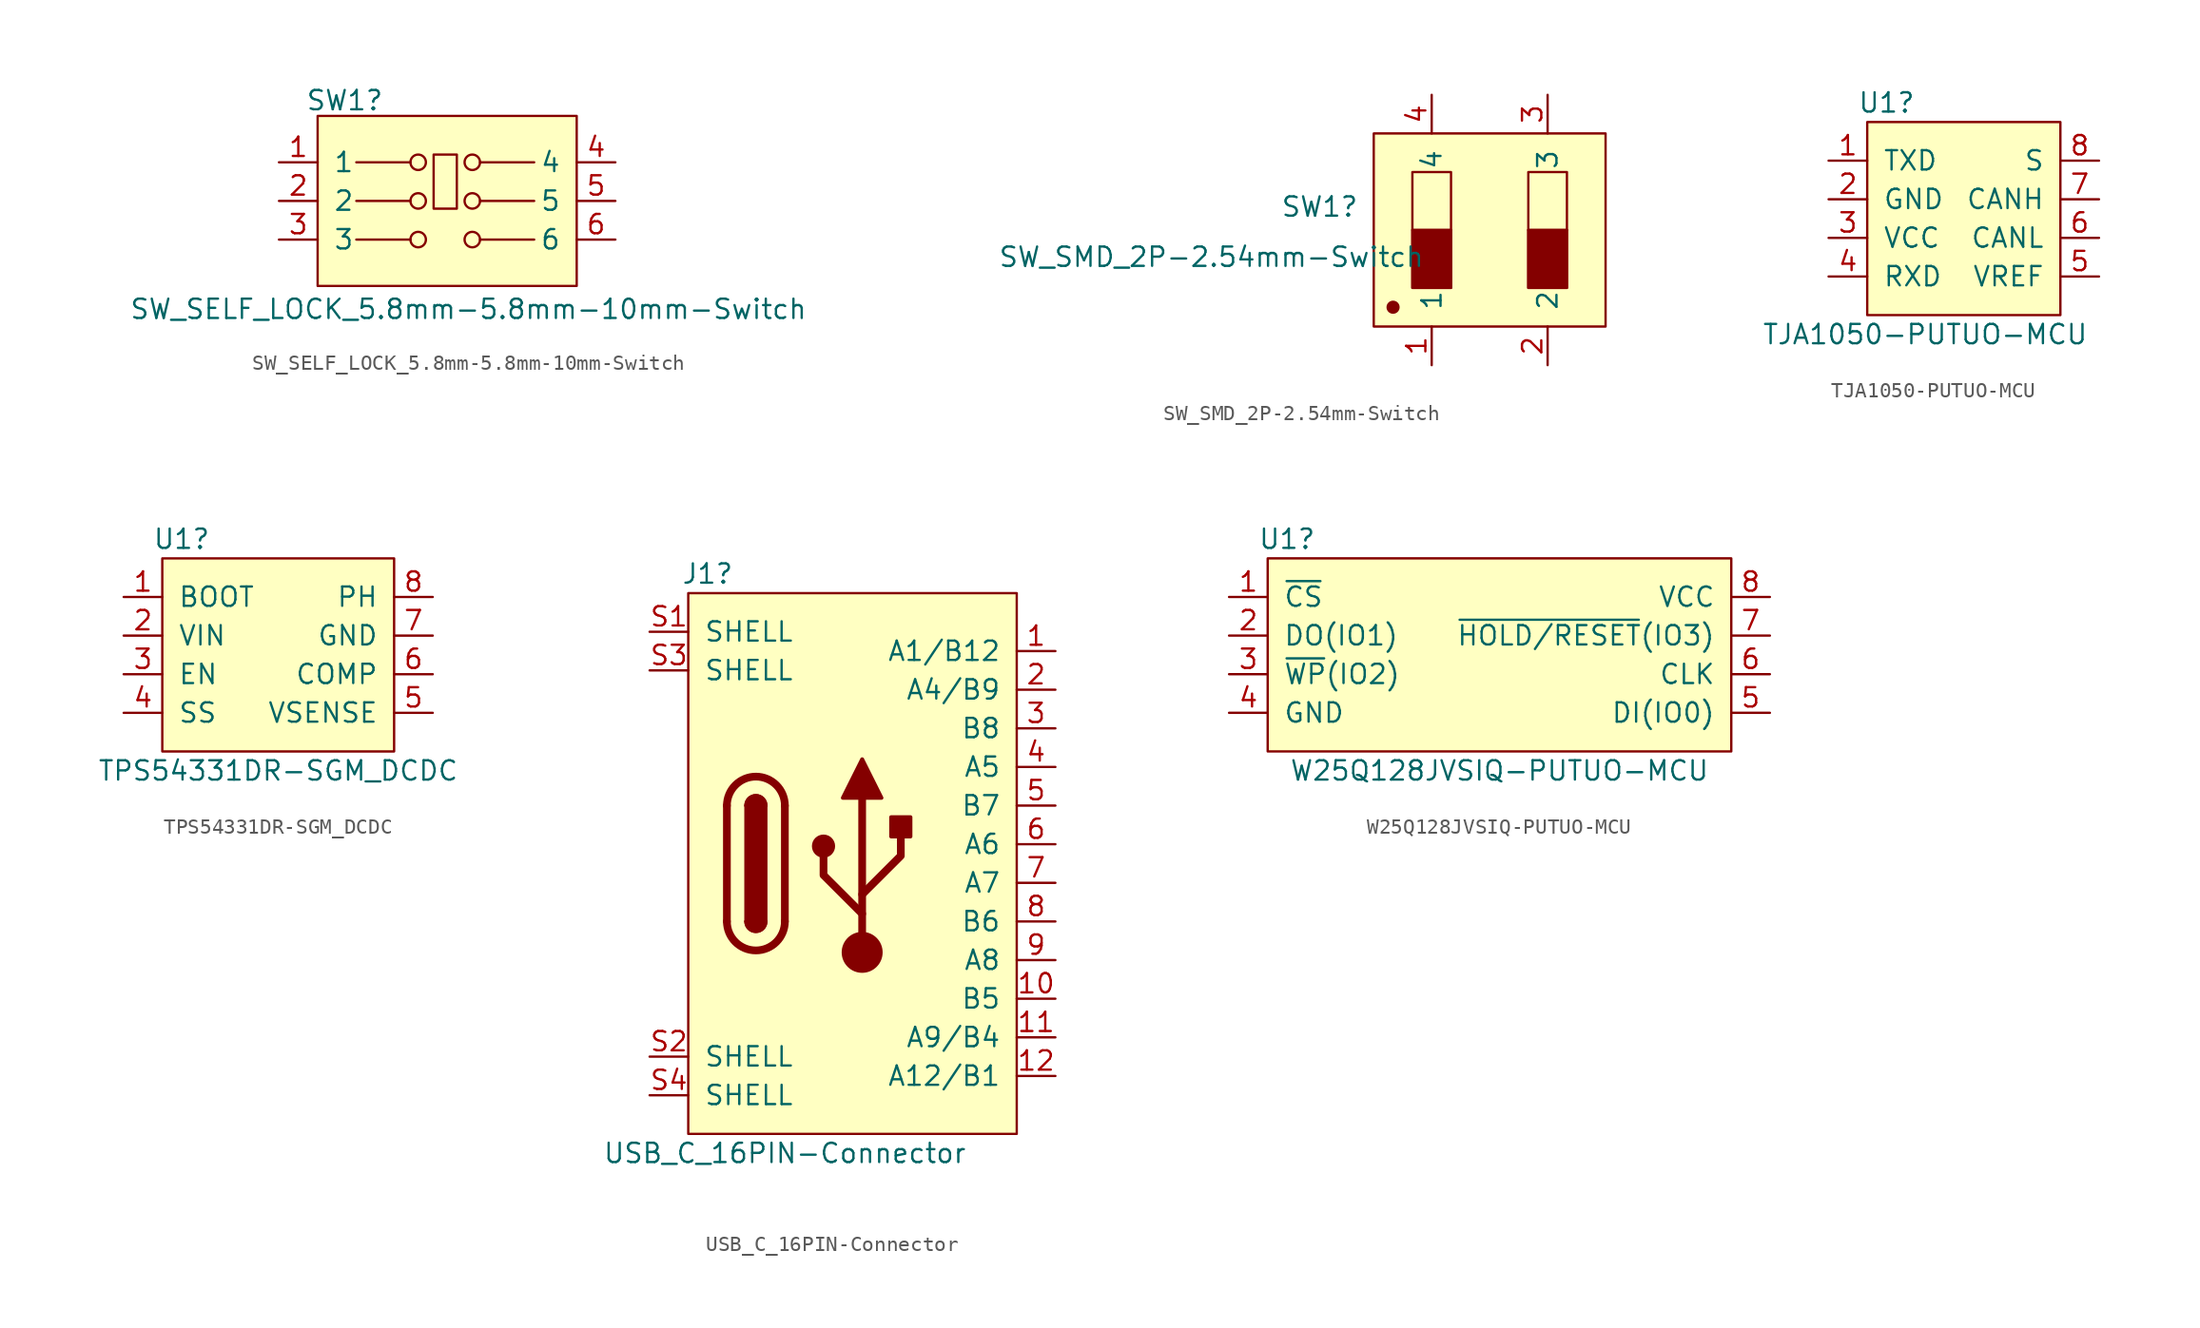
<source format=kicad_sym>
(kicad_symbol_lib
  (version 20211014)
  (generator kicad_symbol_editor)
  (symbol "SW_SELF_LOCK_5.8mm-5.8mm-10mm-Switch"
    (pin_names
      (offset 1.016))
    (property "Reference" "SW1"
      (at -6.604 6.604 0)
      (effects (font (size 1.27 1.27))))
    (property "Value" "SW_SELF_LOCK_5.8mm-5.8mm-10mm-Switch"
      (at 1.524 -7.112 0)
      (effects (font (size 1.27 1.27))))
    (symbol "SW_SELF_LOCK_5.8mm-5.8mm-10mm-Switch_0_1"
      (rectangle (start -8.382 5.588) (end 8.636 -5.588) (stroke (width 0) (type default) (color 0 0 0 0)) (fill (type background)))
      (circle (center -1.778 -2.54) (radius 0.508) (stroke (width 0) (type default) (color 0 0 0 0)) (fill (type none)))
      (circle (center -1.778 0) (radius 0.508) (stroke (width 0) (type default) (color 0 0 0 0)) (fill (type none)))
      (circle (center -1.778 2.54) (radius 0.508) (stroke (width 0) (type default) (color 0 0 0 0)) (fill (type none)))
      (rectangle (start -0.762 3.048) (end 0.762 -0.508) (stroke (width 0) (type default) (color 0 0 0 0)) (fill (type none)))
      (polyline (pts (xy -5.842 2.54) (xy -2.286 2.54)) (stroke (width 0) (type default) (color 0 0 0 0)) (fill (type none)))
      (circle (center 1.778 -2.54) (radius 0.508) (stroke (width 0) (type default) (color 0 0 0 0)) (fill (type none)))
      (circle (center 1.778 0) (radius 0.508) (stroke (width 0) (type default) (color 0 0 0 0)) (fill (type none)))
      (circle (center 1.778 2.54) (radius 0.508) (stroke (width 0) (type default) (color 0 0 0 0)) (fill (type none))))
    (symbol "SW_SELF_LOCK_5.8mm-5.8mm-10mm-Switch_1_1"
      (polyline (pts (xy -5.842 -2.54) (xy -2.286 -2.54)) (stroke (width 0) (type default) (color 0 0 0 0)) (fill (type none)))
      (polyline (pts (xy -5.842 0) (xy -2.286 0)) (stroke (width 0) (type default) (color 0 0 0 0)) (fill (type none)))
      (polyline (pts (xy 2.286 -2.54) (xy 5.842 -2.54)) (stroke (width 0) (type default) (color 0 0 0 0)) (fill (type none)))
      (polyline (pts (xy 2.286 0) (xy 5.842 0)) (stroke (width 0) (type default) (color 0 0 0 0)) (fill (type none)))
      (polyline (pts (xy 2.286 2.54) (xy 5.842 2.54)) (stroke (width 0) (type default) (color 0 0 0 0)) (fill (type none)))
      (pin passive line (at -10.922 2.54 0) (length 2.54) (name "1" (effects (font (size 1.27 1.27)))) (number "1" (effects (font (size 1.27 1.27)))))
      (pin passive line (at -10.922 0 0) (length 2.54) (name "2" (effects (font (size 1.27 1.27)))) (number "2" (effects (font (size 1.27 1.27)))))
      (pin passive line (at -10.922 -2.54 0) (length 2.54) (name "3" (effects (font (size 1.27 1.27)))) (number "3" (effects (font (size 1.27 1.27)))))
      (pin passive line (at 11.176 2.54 180) (length 2.54) (name "4" (effects (font (size 1.27 1.27)))) (number "4" (effects (font (size 1.27 1.27)))))
      (pin passive line (at 11.176 0 180) (length 2.54) (name "5" (effects (font (size 1.27 1.27)))) (number "5" (effects (font (size 1.27 1.27)))))
      (pin passive line (at 11.176 -2.54 180) (length 2.54) (name "6" (effects (font (size 1.27 1.27)))) (number "6" (effects (font (size 1.27 1.27)))))))
  (symbol "SW_SMD_2P-2.54mm-Switch"
    (pin_names
      (offset 1.016))
    (property "Reference" "SW1"
      (at -11.176 1.524 0)
      (effects (font (size 1.27 1.27))))
    (property "Value" "SW_SMD_2P-2.54mm-Switch"
      (at -18.288 -1.778 0)
      (effects (font (size 1.27 1.27))))
    (symbol "SW_SMD_2P-2.54mm-Switch_0_1"
      (rectangle (start -7.62 6.35) (end 7.62 -6.35) (stroke (width 0) (type default) (color 0 0 0 0)) (fill (type background)))
      (circle (center -6.35 -5.08) (radius 0.356) (stroke (width 0) (type default) (color 0 0 0 0)) (fill (type outline)))
      (rectangle (start -5.08 -3.81) (end -2.54 0) (stroke (width 0) (type default) (color 0 0 0 0)) (fill (type outline)))
      (rectangle (start -5.08 3.81) (end -2.54 -3.81) (stroke (width 0) (type default) (color 0 0 0 0)) (fill (type none)))
      (polyline (pts (xy -5.08 0) (xy -2.54 0)) (stroke (width 0) (type default) (color 0 0 0 0)) (fill (type none)))
      (polyline (pts (xy 2.54 0) (xy 5.08 0)) (stroke (width 0) (type default) (color 0 0 0 0)) (fill (type none)))
      (rectangle (start 2.54 0) (end 5.08 -3.81) (stroke (width 0) (type default) (color 0 0 0 0)) (fill (type outline)))
      (rectangle (start 2.54 3.81) (end 5.08 -3.81) (stroke (width 0) (type default) (color 0 0 0 0)) (fill (type none))))
    (symbol "SW_SMD_2P-2.54mm-Switch_1_1"
      (pin passive line (at -3.81 -8.89 90) (length 2.54) (name "1" (effects (font (size 1.27 1.27)))) (number "1" (effects (font (size 1.27 1.27)))))
      (pin passive line (at 3.81 -8.89 90) (length 2.54) (name "2" (effects (font (size 1.27 1.27)))) (number "2" (effects (font (size 1.27 1.27)))))
      (pin passive line (at 3.81 8.89 270) (length 2.54) (name "3" (effects (font (size 1.27 1.27)))) (number "3" (effects (font (size 1.27 1.27)))))
      (pin passive line (at -3.81 8.89 270) (length 2.54) (name "4" (effects (font (size 1.27 1.27)))) (number "4" (effects (font (size 1.27 1.27)))))))
  (symbol "TJA1050-PUTUO-MCU"
    (pin_names
      (offset 1.016))
    (property "Reference" "U1"
      (at -5.08 7.62 0)
      (effects (font (size 1.27 1.27))))
    (property "Value" "TJA1050-PUTUO-MCU"
      (at -2.54 -7.62 0)
      (effects (font (size 1.27 1.27))))
    (symbol "TJA1050-PUTUO-MCU_0_1"
      (rectangle (start -6.35 6.35) (end 6.35 -6.35) (stroke (width 0) (type default) (color 0 0 0 0)) (fill (type background))))
    (symbol "TJA1050-PUTUO-MCU_1_1"
      (pin bidirectional line (at -8.89 3.81 0) (length 2.54) (name "TXD" (effects (font (size 1.27 1.27)))) (number "1" (effects (font (size 1.27 1.27)))))
      (pin power_in line (at -8.89 1.27 0) (length 2.54) (name "GND" (effects (font (size 1.27 1.27)))) (number "2" (effects (font (size 1.27 1.27)))))
      (pin power_in line (at -8.89 -1.27 0) (length 2.54) (name "VCC" (effects (font (size 1.27 1.27)))) (number "3" (effects (font (size 1.27 1.27)))))
      (pin bidirectional line (at -8.89 -3.81 0) (length 2.54) (name "RXD" (effects (font (size 1.27 1.27)))) (number "4" (effects (font (size 1.27 1.27)))))
      (pin power_in line (at 8.89 -3.81 180) (length 2.54) (name "VREF" (effects (font (size 1.27 1.27)))) (number "5" (effects (font (size 1.27 1.27)))))
      (pin bidirectional line (at 8.89 -1.27 180) (length 2.54) (name "CANL" (effects (font (size 1.27 1.27)))) (number "6" (effects (font (size 1.27 1.27)))))
      (pin bidirectional line (at 8.89 1.27 180) (length 2.54) (name "CANH" (effects (font (size 1.27 1.27)))) (number "7" (effects (font (size 1.27 1.27)))))
      (pin power_in line (at 8.89 3.81 180) (length 2.54) (name "S" (effects (font (size 1.27 1.27)))) (number "8" (effects (font (size 1.27 1.27)))))))
  (symbol "TPS54331DR-SGM_DCDC"
    (pin_names
      (offset 1.016))
    (property "Reference" "U1"
      (at -6.35 7.62 0)
      (effects (font (size 1.27 1.27))))
    (property "Value" "TPS54331DR-SGM_DCDC"
      (at 0 -7.62 0)
      (effects (font (size 1.27 1.27))))
    (symbol "TPS54331DR-SGM_DCDC_0_1"
      (rectangle (start -7.62 6.35) (end 7.62 -6.35) (stroke (width 0) (type default) (color 0 0 0 0)) (fill (type background))))
    (symbol "TPS54331DR-SGM_DCDC_1_1"
      (pin input line (at -10.16 3.81 0) (length 2.54) (name "BOOT" (effects (font (size 1.27 1.27)))) (number "1" (effects (font (size 1.27 1.27)))))
      (pin power_in line (at -10.16 1.27 0) (length 2.54) (name "VIN" (effects (font (size 1.27 1.27)))) (number "2" (effects (font (size 1.27 1.27)))))
      (pin input line (at -10.16 -1.27 0) (length 2.54) (name "EN" (effects (font (size 1.27 1.27)))) (number "3" (effects (font (size 1.27 1.27)))))
      (pin input line (at -10.16 -3.81 0) (length 2.54) (name "SS" (effects (font (size 1.27 1.27)))) (number "4" (effects (font (size 1.27 1.27)))))
      (pin input line (at 10.16 -3.81 180) (length 2.54) (name "VSENSE" (effects (font (size 1.27 1.27)))) (number "5" (effects (font (size 1.27 1.27)))))
      (pin input line (at 10.16 -1.27 180) (length 2.54) (name "COMP" (effects (font (size 1.27 1.27)))) (number "6" (effects (font (size 1.27 1.27)))))
      (pin power_in line (at 10.16 1.27 180) (length 2.54) (name "GND" (effects (font (size 1.27 1.27)))) (number "7" (effects (font (size 1.27 1.27)))))
      (pin output line (at 10.16 3.81 180) (length 2.54) (name "PH" (effects (font (size 1.27 1.27)))) (number "8" (effects (font (size 1.27 1.27)))))))
  (symbol "USB_C_16PIN-Connector"
    (pin_names
      (offset 1.016))
    (property "Reference" "J1"
      (at -10.16 19.05 0)
      (effects (font (size 1.27 1.27))))
    (property "Value" "USB_C_16PIN-Connector"
      (at -5.08 -19.05 0)
      (effects (font (size 1.27 1.27))))
    (symbol "USB_C_16PIN-Connector_0_1"
      (rectangle (start -11.43 17.78) (end 10.16 -17.78) (stroke (width 0) (type default) (color 0 0 0 0)) (fill (type background))))
    (symbol "USB_C_16PIN-Connector_1_1"
      (arc (start -8.89 -3.81) (mid -6.985 -5.715) (end -5.08 -3.81) (stroke (width 0.508) (type default) (color 0 0 0 0)) (fill (type none)))
      (arc (start -7.62 -3.81) (mid -6.985 -4.445) (end -6.35 -3.81) (stroke (width 0.254) (type default) (color 0 0 0 0)) (fill (type none)))
      (arc (start -7.62 -3.81) (mid -6.985 -4.445) (end -6.35 -3.81) (stroke (width 0.254) (type default) (color 0 0 0 0)) (fill (type outline)))
      (rectangle (start -7.62 -3.81) (end -6.35 3.81) (stroke (width 0.254) (type default) (color 0 0 0 0)) (fill (type outline)))
      (arc (start -6.35 3.81) (mid -6.985 4.445) (end -7.62 3.81) (stroke (width 0.254) (type default) (color 0 0 0 0)) (fill (type none)))
      (arc (start -6.35 3.81) (mid -6.985 4.445) (end -7.62 3.81) (stroke (width 0.254) (type default) (color 0 0 0 0)) (fill (type outline)))
      (arc (start -5.08 3.81) (mid -6.985 5.715) (end -8.89 3.81) (stroke (width 0.508) (type default) (color 0 0 0 0)) (fill (type none)))
      (circle (center -2.54 1.143) (radius 0.635) (stroke (width 0.254) (type default) (color 0 0 0 0)) (fill (type outline)))
      (circle (center 0 -5.842) (radius 1.27) (stroke (width 0) (type default) (color 0 0 0 0)) (fill (type outline)))
      (polyline (pts (xy -8.89 -3.81) (xy -8.89 3.81)) (stroke (width 0.508) (type default) (color 0 0 0 0)) (fill (type none)))
      (polyline (pts (xy -5.08 3.81) (xy -5.08 -3.81)) (stroke (width 0.508) (type default) (color 0 0 0 0)) (fill (type none)))
      (polyline (pts (xy 0 -5.842) (xy 0 4.318)) (stroke (width 0.508) (type default) (color 0 0 0 0)) (fill (type none)))
      (polyline (pts (xy 0 -3.302) (xy -2.54 -0.762) (xy -2.54 0.508)) (stroke (width 0.508) (type default) (color 0 0 0 0)) (fill (type none)))
      (polyline (pts (xy 0 -2.032) (xy 2.54 0.508) (xy 2.54 1.778)) (stroke (width 0.508) (type default) (color 0 0 0 0)) (fill (type none)))
      (polyline (pts (xy -1.27 4.318) (xy 0 6.858) (xy 1.27 4.318) (xy -1.27 4.318)) (stroke (width 0.254) (type default) (color 0 0 0 0)) (fill (type outline)))
      (rectangle (start 1.905 1.778) (end 3.175 3.048) (stroke (width 0.254) (type default) (color 0 0 0 0)) (fill (type outline)))
      (pin passive line (at 12.7 13.97 180) (length 2.54) (name "A1/B12" (effects (font (size 1.27 1.27)))) (number "1" (effects (font (size 1.27 1.27)))))
      (pin bidirectional line (at 12.7 -8.89 180) (length 2.54) (name "B5" (effects (font (size 1.27 1.27)))) (number "10" (effects (font (size 1.27 1.27)))))
      (pin passive line (at 12.7 -11.43 180) (length 2.54) (name "A9/B4" (effects (font (size 1.27 1.27)))) (number "11" (effects (font (size 1.27 1.27)))))
      (pin passive line (at 12.7 -13.97 180) (length 2.54) (name "A12/B1" (effects (font (size 1.27 1.27)))) (number "12" (effects (font (size 1.27 1.27)))))
      (pin passive line (at 12.7 11.43 180) (length 2.54) (name "A4/B9" (effects (font (size 1.27 1.27)))) (number "2" (effects (font (size 1.27 1.27)))))
      (pin bidirectional line (at 12.7 8.89 180) (length 2.54) (name "B8" (effects (font (size 1.27 1.27)))) (number "3" (effects (font (size 1.27 1.27)))))
      (pin bidirectional line (at 12.7 6.35 180) (length 2.54) (name "A5" (effects (font (size 1.27 1.27)))) (number "4" (effects (font (size 1.27 1.27)))))
      (pin bidirectional line (at 12.7 3.81 180) (length 2.54) (name "B7" (effects (font (size 1.27 1.27)))) (number "5" (effects (font (size 1.27 1.27)))))
      (pin bidirectional line (at 12.7 1.27 180) (length 2.54) (name "A6" (effects (font (size 1.27 1.27)))) (number "6" (effects (font (size 1.27 1.27)))))
      (pin bidirectional line (at 12.7 -1.27 180) (length 2.54) (name "A7" (effects (font (size 1.27 1.27)))) (number "7" (effects (font (size 1.27 1.27)))))
      (pin bidirectional line (at 12.7 -3.81 180) (length 2.54) (name "B6" (effects (font (size 1.27 1.27)))) (number "8" (effects (font (size 1.27 1.27)))))
      (pin bidirectional line (at 12.7 -6.35 180) (length 2.54) (name "A8" (effects (font (size 1.27 1.27)))) (number "9" (effects (font (size 1.27 1.27)))))
      (pin passive line (at -13.97 15.24 0) (length 2.54) (name "SHELL" (effects (font (size 1.27 1.27)))) (number "S1" (effects (font (size 1.27 1.27)))))
      (pin passive line (at -13.97 -12.7 0) (length 2.54) (name "SHELL" (effects (font (size 1.27 1.27)))) (number "S2" (effects (font (size 1.27 1.27)))))
      (pin passive line (at -13.97 12.7 0) (length 2.54) (name "SHELL" (effects (font (size 1.27 1.27)))) (number "S3" (effects (font (size 1.27 1.27)))))
      (pin passive line (at -13.97 -15.24 0) (length 2.54) (name "SHELL" (effects (font (size 1.27 1.27)))) (number "S4" (effects (font (size 1.27 1.27)))))))
  (symbol "W25Q128JVSIQ-PUTUO-MCU"
    (pin_names
      (offset 1.016))
    (property "Reference" "U1"
      (at -13.97 7.62 0)
      (effects (font (size 1.27 1.27))))
    (property "Value" "W25Q128JVSIQ-PUTUO-MCU"
      (at 0 -7.62 0)
      (effects (font (size 1.27 1.27))))
    (symbol "W25Q128JVSIQ-PUTUO-MCU_1_1"
      (rectangle (start -15.24 6.35) (end 15.24 -6.35) (stroke (width 0) (type default) (color 0 0 0 0)) (fill (type background)))
      (pin input line (at -17.78 3.81 0) (length 2.54) (name "~{CS}" (effects (font (size 1.27 1.27)))) (number "1" (effects (font (size 1.27 1.27)))))
      (pin output line (at -17.78 1.27 0) (length 2.54) (name "DO(IO1)" (effects (font (size 1.27 1.27)))) (number "2" (effects (font (size 1.27 1.27)))))
      (pin input line (at -17.78 -1.27 0) (length 2.54) (name "~{WP}(IO2)" (effects (font (size 1.27 1.27)))) (number "3" (effects (font (size 1.27 1.27)))))
      (pin power_in line (at -17.78 -3.81 0) (length 2.54) (name "GND" (effects (font (size 1.27 1.27)))) (number "4" (effects (font (size 1.27 1.27)))))
      (pin bidirectional line (at 17.78 -3.81 180) (length 2.54) (name "DI(IO0)" (effects (font (size 1.27 1.27)))) (number "5" (effects (font (size 1.27 1.27)))))
      (pin bidirectional line (at 17.78 -1.27 180) (length 2.54) (name "CLK" (effects (font (size 1.27 1.27)))) (number "6" (effects (font (size 1.27 1.27)))))
      (pin bidirectional line (at 17.78 1.27 180) (length 2.54) (name "~{HOLD/RESET}(IO3)" (effects (font (size 1.27 1.27)))) (number "7" (effects (font (size 1.27 1.27)))))
      (pin power_in line (at 17.78 3.81 180) (length 2.54) (name "VCC" (effects (font (size 1.27 1.27)))) (number "8" (effects (font (size 1.27 1.27))))))))
</source>
